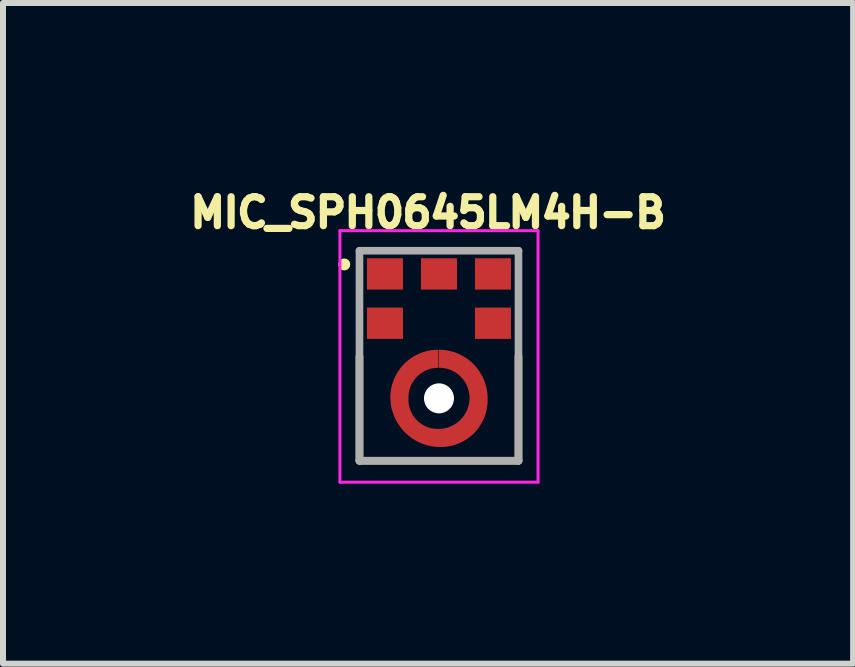
<source format=kicad_pcb>
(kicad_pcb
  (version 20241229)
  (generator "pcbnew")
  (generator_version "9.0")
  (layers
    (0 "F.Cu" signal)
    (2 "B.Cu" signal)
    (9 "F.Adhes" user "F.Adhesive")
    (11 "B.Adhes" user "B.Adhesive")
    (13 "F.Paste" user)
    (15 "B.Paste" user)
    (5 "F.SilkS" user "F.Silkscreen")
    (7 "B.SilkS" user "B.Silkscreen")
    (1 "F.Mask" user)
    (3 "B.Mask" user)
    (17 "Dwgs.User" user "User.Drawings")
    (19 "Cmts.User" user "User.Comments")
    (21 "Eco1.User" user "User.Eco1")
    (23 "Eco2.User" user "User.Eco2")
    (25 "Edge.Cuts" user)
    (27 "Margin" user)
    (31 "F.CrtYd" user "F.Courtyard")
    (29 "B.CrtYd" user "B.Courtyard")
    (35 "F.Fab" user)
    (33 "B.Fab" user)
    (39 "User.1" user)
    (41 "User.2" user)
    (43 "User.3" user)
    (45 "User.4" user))
  (footprint "MIC_SPH0645LM4H-B"
    (layer "F.Cu")
    (at 4.266 3.589)
    (property "Reference" "MIC_SPH0645LM4H-B" (at -0.182 -3.095 0) (layer "F.SilkS") (effects (font (size 0.482 0.482) (thickness 0.15))))
    (attr through_hole)
    (fp_circle (center 0 0) (end 0.456 0) (stroke (width 0.912) (type solid)) (fill no) (layer "F.Mask"))
    (fp_line (start -1.325 1.04) (end -1.325 -0.7) (stroke (width 0.127) (type solid)) (layer "F.SilkS"))
    (fp_line (start 1.325 -0.7) (end 1.325 1.04) (stroke (width 0.127) (type solid)) (layer "F.SilkS"))
    (fp_line (start 1.325 1.04) (end -1.325 1.04) (stroke (width 0.127) (type solid)) (layer "F.SilkS"))
    (fp_circle (center -1.578 -2.232) (end -1.528 -2.232) (stroke (width 0.1) (type solid)) (fill no) (layer "F.SilkS"))
    (fp_poly (pts (xy 0.38 0.53) (xy 0.28 0.425) (xy 0.23 0.46) (xy 0.12 0.5) (xy 0 0.514) (xy -0.12 0.5) (xy -0.225 0.462) (xy -0.288 0.426) (xy -0.385 0.525) (xy -0.5 0.64) (xy -0.405 0.705) (xy -0.31 0.75) (xy -0.22 0.78) (xy -0.14 0.8) (xy 0 0.81) (xy 0.16 0.796) (xy 0.31 0.75) (xy 0.425 0.69) (xy 0.495 0.645)) (stroke (width 0.001) (type solid)) (fill yes) (layer "F.Paste"))
    (fp_poly (pts (xy -0.375 -0.53) (xy -0.28 -0.435) (xy -0.23 -0.46) (xy -0.175 -0.485) (xy -0.12 -0.5) (xy -0.06 -0.51) (xy 0 -0.514) (xy 0.12 -0.5) (xy 0.225 -0.462) (xy 0.283 -0.426) (xy 0.385 -0.525) (xy 0.5 -0.64) (xy 0.41 -0.7) (xy 0.31 -0.75) (xy 0.23 -0.78) (xy 0.14 -0.8) (xy 0 -0.81) (xy -0.16 -0.796) (xy -0.31 -0.75) (xy -0.415 -0.7) (xy -0.49 -0.645)) (stroke (width 0.001) (type solid)) (fill yes) (layer "F.Paste"))
    (fp_poly (pts (xy 0.53 -0.385) (xy 0.425 -0.28) (xy 0.46 -0.23) (xy 0.5 -0.12) (xy 0.514 0) (xy 0.5 0.12) (xy 0.462 0.225) (xy 0.421 0.283) (xy 0.52 0.38) (xy 0.64 0.5) (xy 0.705 0.405) (xy 0.75 0.31) (xy 0.78 0.23) (xy 0.8 0.14) (xy 0.81 0.06) (xy 0.81 -0.065) (xy 0.796 -0.16) (xy 0.78 -0.235) (xy 0.75 -0.31) (xy 0.705 -0.405) (xy 0.64 -0.5)) (stroke (width 0.001) (type solid)) (fill yes) (layer "F.Paste"))
    (fp_poly (pts (xy -0.53 0.385) (xy -0.43 0.285) (xy -0.465 0.23) (xy -0.505 0.12) (xy -0.51 0.12) (xy -0.505 0.11) (xy -0.52 0.005) (xy -0.524 -0.005) (xy -0.52 -0.005) (xy -0.505 -0.125) (xy -0.462 -0.225) (xy -0.426 -0.293) (xy -0.525 -0.39) (xy -0.635 -0.505) (xy -0.7 -0.41) (xy -0.75 -0.31) (xy -0.78 -0.22) (xy -0.8 -0.14) (xy -0.81 0) (xy -0.796 0.16) (xy -0.75 0.31) (xy -0.705 0.4) (xy -0.64 0.5)) (stroke (width 0.001) (type solid)) (fill yes) (layer "F.Paste"))
    (fp_line (start -1.651 -2.794) (end 1.651 -2.794) (stroke (width 0.05) (type solid)) (layer "F.CrtYd"))
    (fp_line (start -1.651 1.397) (end -1.651 -2.794) (stroke (width 0.05) (type solid)) (layer "F.CrtYd"))
    (fp_line (start 1.651 -2.794) (end 1.651 1.397) (stroke (width 0.05) (type solid)) (layer "F.CrtYd"))
    (fp_line (start 1.651 1.397) (end -1.651 1.397) (stroke (width 0.05) (type solid)) (layer "F.CrtYd"))
    (fp_line (start -1.325 -2.46) (end 1.325 -2.46) (stroke (width 0.127) (type solid)) (layer "F.Fab"))
    (fp_line (start -1.325 1.04) (end -1.325 -2.46) (stroke (width 0.127) (type solid)) (layer "F.Fab"))
    (fp_line (start 1.325 -2.46) (end 1.325 1.04) (stroke (width 0.127) (type solid)) (layer "F.Fab"))
    (fp_line (start 1.325 1.04) (end -1.325 1.04) (stroke (width 0.127) (type solid)) (layer "F.Fab"))
    (pad "" np_thru_hole circle (at 0 0) (size 0.5 0.5) (drill 0.5) (layers "*.Cu" "*.Mask"))
    (pad "1" smd rect (at -0.9 -2.074) (size 0.6 0.522) (layers "F.Cu" "F.Mask" "F.Paste"))
    (pad "2" smd rect (at -0.9 -1.252) (size 0.6 0.522) (layers "F.Cu" "F.Mask" "F.Paste"))
    (pad "3" smd custom (at 0.65 -0.02) (size 0.1 0.1) (layers "F.Cu") (options (anchor rect)) (primitives (gr_poly (pts (xy -0.66 -0.49) (xy -0.66 -0.79) (xy -0.707 -0.789) (xy -0.748 -0.786) (xy -0.789 -0.78) (xy -0.83 -0.773) (xy -0.871 -0.763) (xy -0.911 -0.751) (xy -0.95 -0.737) (xy -0.988 -0.721) (xy -1.026 -0.703) (xy -1.063 -0.684) (xy -1.098 -0.662) (xy -1.132 -0.638) (xy -1.165 -0.613) (xy -1.197 -0.586) (xy -1.227 -0.557) (xy -1.256 -0.527) (xy -1.283 -0.495) (xy -1.308 -0.462) (xy -1.332 -0.428) (xy -1.354 -0.393) (xy -1.373 -0.356) (xy -1.391 -0.318) (xy -1.407 -0.28) (xy -1.421 -0.241) (xy -1.433 -0.201) (xy -1.443 -0.16) (xy -1.45 -0.119) (xy -1.456 -0.078) (xy -1.459 -0.037) (xy -1.46 0) (xy -1.459 0.043) (xy -1.455 0.087) (xy -1.45 0.13) (xy -1.442 0.173) (xy -1.432 0.215) (xy -1.419 0.256) (xy -1.405 0.297) (xy -1.388 0.338) (xy -1.37 0.377) (xy -1.349 0.415) (xy -1.326 0.452) (xy -1.301 0.488) (xy -1.275 0.522) (xy -1.247 0.555) (xy -1.217 0.587) (xy -1.185 0.617) (xy -1.152 0.645) (xy -1.118 0.671) (xy -1.082 0.696) (xy -1.045 0.719) (xy -1.007 0.74) (xy -0.968 0.758) (xy -0.927 0.775) (xy -0.886 0.789) (xy -0.845 0.802) (xy -0.803 0.812) (xy -0.76 0.82) (xy -0.717 0.825) (xy -0.673 0.829) (xy -0.63 0.83) (xy -0.62 0.83) (xy -0.579 0.829) (xy -0.538 0.826) (xy -0.498 0.82) (xy -0.458 0.813) (xy -0.418 0.803) (xy -0.379 0.792) (xy -0.34 0.778) (xy -0.303 0.763) (xy -0.266 0.745) (xy -0.23 0.725) (xy -0.195 0.704) (xy -0.162 0.681) (xy -0.129 0.656) (xy -0.098 0.63) (xy -0.068 0.602) (xy -0.04 0.572) (xy -0.014 0.541) (xy 0.011 0.508) (xy 0.034 0.475) (xy 0.055 0.44) (xy 0.075 0.404) (xy 0.093 0.367) (xy 0.108 0.33) (xy 0.122 0.291) (xy 0.133 0.252) (xy 0.143 0.212) (xy 0.15 0.172) (xy 0.156 0.132) (xy 0.159 0.091) (xy 0.16 0.05) (xy 0.16 0.02) (xy 0.159 -0.022) (xy 0.156 -0.065) (xy 0.15 -0.107) (xy 0.142 -0.148) (xy 0.132 -0.19) (xy 0.12 -0.23) (xy 0.106 -0.27) (xy 0.09 -0.309) (xy 0.072 -0.348) (xy 0.051 -0.385) (xy 0.029 -0.421) (xy 0.005 -0.456) (xy -0.021 -0.49) (xy -0.048 -0.522) (xy -0.077 -0.553) (xy -0.108 -0.582) (xy -0.14 -0.609) (xy -0.174 -0.635) (xy -0.209 -0.659) (xy -0.245 -0.681) (xy -0.282 -0.702) (xy -0.321 -0.72) (xy -0.36 -0.736) (xy -0.4 -0.75) (xy -0.44 -0.762) (xy -0.482 -0.772) (xy -0.523 -0.78) (xy -0.565 -0.786) (xy -0.608 -0.789) (xy -0.65 -0.79) (xy -0.65 -0.49) (xy -0.627 -0.49) (xy -0.601 -0.488) (xy -0.575 -0.485) (xy -0.549 -0.481) (xy -0.523 -0.475) (xy -0.497 -0.468) (xy -0.472 -0.46) (xy -0.448 -0.45) (xy -0.424 -0.439) (xy -0.4 -0.427) (xy -0.377 -0.413) (xy -0.355 -0.399) (xy -0.334 -0.383) (xy -0.314 -0.366) (xy -0.294 -0.348) (xy -0.276 -0.329) (xy -0.258 -0.31) (xy -0.242 -0.289) (xy -0.226 -0.267) (xy -0.212 -0.245) (xy -0.199 -0.222) (xy -0.187 -0.198) (xy -0.177 -0.174) (xy -0.167 -0.149) (xy -0.16 -0.124) (xy -0.153 -0.099) (xy -0.148 -0.073) (xy -0.144 -0.047) (xy -0.141 -0.02) (xy -0.14 0.01) (xy -0.141 0.037) (xy -0.143 0.064) (xy -0.146 0.091) (xy -0.151 0.118) (xy -0.158 0.145) (xy -0.165 0.171) (xy -0.175 0.196) (xy -0.185 0.222) (xy -0.197 0.246) (xy -0.21 0.27) (xy -0.224 0.293) (xy -0.239 0.316) (xy -0.256 0.337) (xy -0.274 0.358) (xy -0.292 0.378) (xy -0.312 0.396) (xy -0.333 0.414) (xy -0.354 0.431) (xy -0.377 0.446) (xy -0.4 0.46) (xy -0.424 0.473) (xy -0.448 0.485) (xy -0.474 0.495) (xy -0.499 0.505) (xy -0.525 0.512) (xy -0.552 0.519) (xy -0.579 0.524) (xy -0.606 0.527) (xy -0.633 0.529) (xy -0.66 0.53) (xy -0.67 0.53) (xy -0.696 0.529) (xy -0.721 0.527) (xy -0.747 0.524) (xy -0.772 0.519) (xy -0.797 0.513) (xy -0.821 0.506) (xy -0.846 0.497) (xy -0.869 0.488) (xy -0.892 0.477) (xy -0.915 0.464) (xy -0.937 0.451) (xy -0.958 0.436) (xy -0.978 0.421) (xy -0.998 0.404) (xy -1.016 0.386) (xy -1.034 0.368) (xy -1.051 0.348) (xy -1.066 0.328) (xy -1.081 0.307) (xy -1.094 0.285) (xy -1.107 0.262) (xy -1.118 0.239) (xy -1.127 0.216) (xy -1.136 0.191) (xy -1.143 0.167) (xy -1.149 0.142) (xy -1.154 0.117) (xy -1.157 0.091) (xy -1.159 0.066) (xy -1.16 0.04) (xy -1.16 0.01) (xy -1.159 -0.016) (xy -1.157 -0.042) (xy -1.154 -0.068) (xy -1.149 -0.094) (xy -1.143 -0.119) (xy -1.136 -0.145) (xy -1.127 -0.169) (xy -1.117 -0.193) (xy -1.106 -0.217) (xy -1.093 -0.24) (xy -1.079 -0.262) (xy -1.065 -0.284) (xy -1.049 -0.305) (xy -1.032 -0.325) (xy -1.014 -0.344) (xy -0.995 -0.362) (xy -0.975 -0.379) (xy -0.954 -0.395) (xy -0.932 -0.409) (xy -0.91 -0.423) (xy -0.887 -0.436) (xy -0.863 -0.447) (xy -0.839 -0.457) (xy -0.815 -0.466) (xy -0.789 -0.473) (xy -0.764 -0.479) (xy -0.738 -0.484) (xy -0.712 -0.487) (xy -0.686 -0.489) (xy -0.66 -0.49)) (width 0.001) (fill yes))))
    (pad "4" smd rect (at 0.9 -1.252) (size 0.6 0.522) (layers "F.Cu" "F.Mask" "F.Paste"))
    (pad "5" smd rect (at 0.9 -2.074) (size 0.6 0.522) (layers "F.Cu" "F.Mask" "F.Paste"))
    (pad "6" smd rect (at 0 -2.074) (size 0.6 0.522) (layers "F.Cu" "F.Mask" "F.Paste")))
  (gr_rect
    (start -3 -3)
    (end 11.168 8.011)
    (stroke (width 0.1) (type default))
    (fill no)
    (layer "Edge.Cuts")))
</source>
